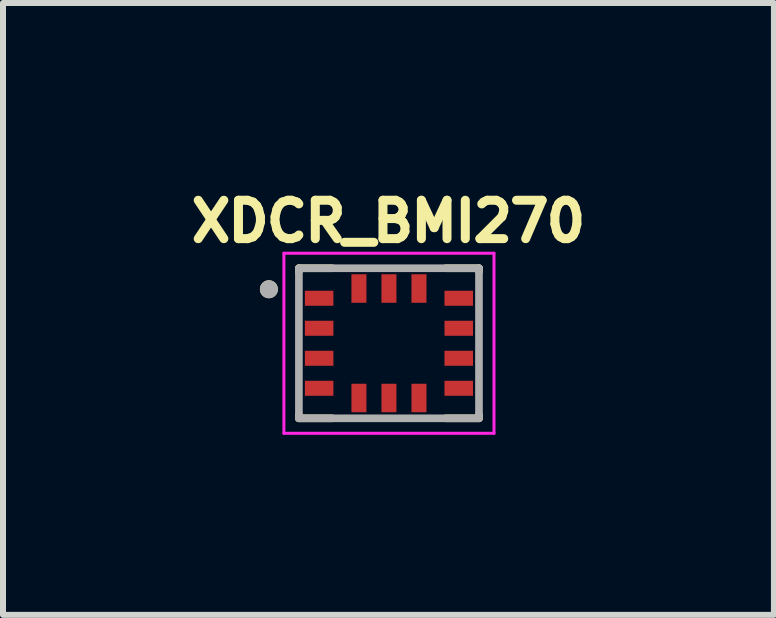
<source format=kicad_pcb>
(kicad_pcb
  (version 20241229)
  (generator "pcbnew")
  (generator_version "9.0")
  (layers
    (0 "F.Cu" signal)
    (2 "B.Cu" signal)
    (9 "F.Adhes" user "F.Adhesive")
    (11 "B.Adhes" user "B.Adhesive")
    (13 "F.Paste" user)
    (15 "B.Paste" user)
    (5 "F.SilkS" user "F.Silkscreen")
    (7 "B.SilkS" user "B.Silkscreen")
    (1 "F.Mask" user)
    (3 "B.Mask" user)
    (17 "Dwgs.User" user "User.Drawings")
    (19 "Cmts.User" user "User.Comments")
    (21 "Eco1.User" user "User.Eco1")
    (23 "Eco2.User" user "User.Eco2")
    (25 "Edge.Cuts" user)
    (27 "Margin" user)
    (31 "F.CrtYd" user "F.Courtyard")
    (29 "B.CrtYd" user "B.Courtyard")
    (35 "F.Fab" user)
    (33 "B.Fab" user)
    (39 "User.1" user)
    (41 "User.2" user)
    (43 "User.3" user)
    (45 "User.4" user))
  (footprint "XDCR_BMI270"
    (layer "F.Cu")
    (at 3.43 2.669)
    (property "Reference" "XDCR_BMI270" (at -0.008 -2.031 0) (layer "F.SilkS") (effects (font (size 0.64 0.64) (thickness 0.15))))
    (attr through_hole)
    (fp_line (start -1.5 -1.25) (end -1.5 -1.195) (stroke (width 0.127) (type solid)) (layer "F.SilkS"))
    (fp_line (start -1.5 -1.25) (end -0.945 -1.25) (stroke (width 0.127) (type solid)) (layer "F.SilkS"))
    (fp_line (start -1.5 1.195) (end -1.5 1.25) (stroke (width 0.127) (type solid)) (layer "F.SilkS"))
    (fp_line (start -1.5 1.25) (end -0.945 1.25) (stroke (width 0.127) (type solid)) (layer "F.SilkS"))
    (fp_line (start 0.945 -1.25) (end 1.5 -1.25) (stroke (width 0.127) (type solid)) (layer "F.SilkS"))
    (fp_line (start 0.945 1.25) (end 1.5 1.25) (stroke (width 0.127) (type solid)) (layer "F.SilkS"))
    (fp_line (start 1.5 -1.25) (end 1.5 -1.195) (stroke (width 0.127) (type solid)) (layer "F.SilkS"))
    (fp_line (start 1.5 1.195) (end 1.5 1.25) (stroke (width 0.127) (type solid)) (layer "F.SilkS"))
    (fp_circle (center -2 -0.9) (end -1.925 -0.9) (stroke (width 0.15) (type solid)) (fill no) (layer "F.SilkS"))
    (fp_line (start -1.75 -1.5) (end 1.75 -1.5) (stroke (width 0.05) (type solid)) (layer "F.CrtYd"))
    (fp_line (start -1.75 1.5) (end -1.75 -1.5) (stroke (width 0.05) (type solid)) (layer "F.CrtYd"))
    (fp_line (start 1.75 -1.5) (end 1.75 1.5) (stroke (width 0.05) (type solid)) (layer "F.CrtYd"))
    (fp_line (start 1.75 1.5) (end -1.75 1.5) (stroke (width 0.05) (type solid)) (layer "F.CrtYd"))
    (fp_line (start -1.5 -1.25) (end -1.5 1.25) (stroke (width 0.127) (type solid)) (layer "F.Fab"))
    (fp_line (start -1.5 1.25) (end 1.5 1.25) (stroke (width 0.127) (type solid)) (layer "F.Fab"))
    (fp_line (start 1.5 -1.25) (end -1.5 -1.25) (stroke (width 0.127) (type solid)) (layer "F.Fab"))
    (fp_line (start 1.5 1.25) (end 1.5 -1.25) (stroke (width 0.127) (type solid)) (layer "F.Fab"))
    (fp_circle (center -2 -0.9) (end -1.925 -0.9) (stroke (width 0.15) (type solid)) (fill no) (layer "F.Fab"))
    (pad "1" smd rect (at -1.163 -0.75) (size 0.475 0.25) (layers "F.Cu" "F.Mask" "F.Paste"))
    (pad "2" smd rect (at -1.163 -0.25) (size 0.475 0.25) (layers "F.Cu" "F.Mask" "F.Paste"))
    (pad "3" smd rect (at -1.163 0.25) (size 0.475 0.25) (layers "F.Cu" "F.Mask" "F.Paste"))
    (pad "4" smd rect (at -1.163 0.75) (size 0.475 0.25) (layers "F.Cu" "F.Mask" "F.Paste"))
    (pad "5" smd rect (at -0.5 0.912 90) (size 0.475 0.25) (layers "F.Cu" "F.Mask" "F.Paste"))
    (pad "6" smd rect (at 0 0.912 90) (size 0.475 0.25) (layers "F.Cu" "F.Mask" "F.Paste"))
    (pad "7" smd rect (at 0.5 0.912 90) (size 0.475 0.25) (layers "F.Cu" "F.Mask" "F.Paste"))
    (pad "8" smd rect (at 1.163 0.75) (size 0.475 0.25) (layers "F.Cu" "F.Mask" "F.Paste"))
    (pad "9" smd rect (at 1.163 0.25) (size 0.475 0.25) (layers "F.Cu" "F.Mask" "F.Paste"))
    (pad "10" smd rect (at 1.163 -0.25) (size 0.475 0.25) (layers "F.Cu" "F.Mask" "F.Paste"))
    (pad "11" smd rect (at 1.163 -0.75) (size 0.475 0.25) (layers "F.Cu" "F.Mask" "F.Paste"))
    (pad "12" smd rect (at 0.5 -0.912 90) (size 0.475 0.25) (layers "F.Cu" "F.Mask" "F.Paste"))
    (pad "13" smd rect (at 0 -0.912 90) (size 0.475 0.25) (layers "F.Cu" "F.Mask" "F.Paste"))
    (pad "14" smd rect (at -0.5 -0.912 90) (size 0.475 0.25) (layers "F.Cu" "F.Mask" "F.Paste")))
  (gr_rect
    (start -3 -3)
    (end 9.844 7.194)
    (stroke (width 0.1) (type default))
    (fill no)
    (layer "Edge.Cuts")))
</source>
